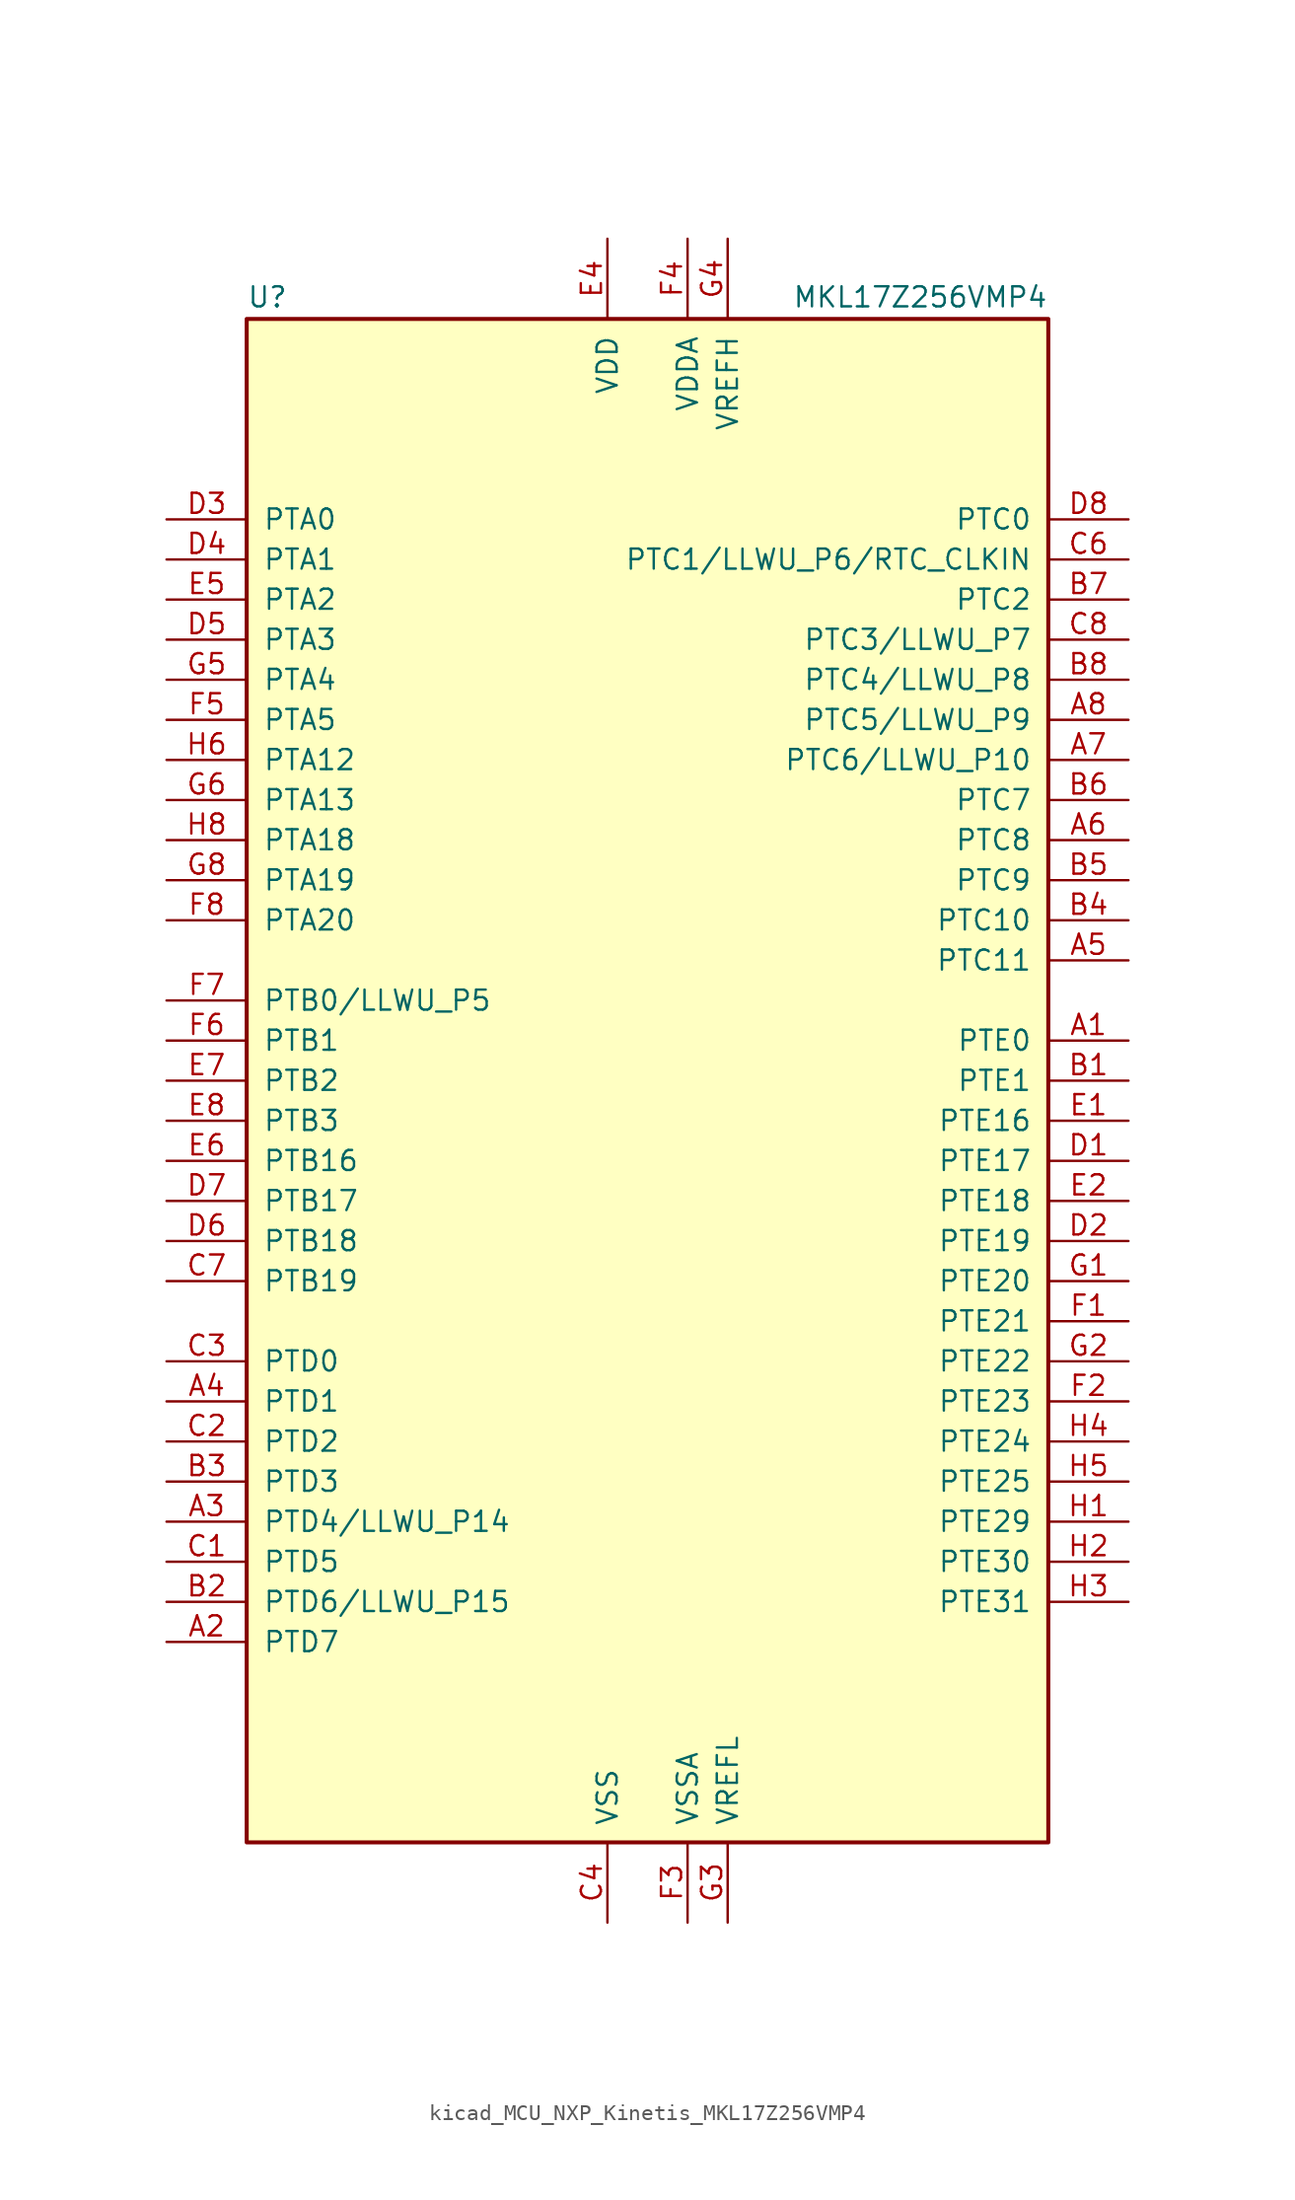
<source format=kicad_sym>
(kicad_symbol_lib
  (version 20220914)
  (generator kicad_symbol_editor)
  (symbol "kicad_MCU_NXP_Kinetis_MKL17Z256VMP4"
    (pin_names
      (offset 1.016))
    (property "Reference" "U"
      (at -25.4 48.895 0)
      (effects (font (size 1.27 1.27)) (justify left bottom)))
    (property "Value" "MKL17Z256VMP4"
      (at 25.4 48.895 0)
      (effects (font (size 1.27 1.27)) (justify right bottom)))
    (symbol "kicad_MCU_NXP_Kinetis_MKL17Z256VMP4_0_1"
      (rectangle (start -25.4 48.26) (end 25.4 -48.26) (stroke (width 0.254) (type default)) (fill (type background))))
    (symbol "kicad_MCU_NXP_Kinetis_MKL17Z256VMP4_1_1"
      (pin bidirectional line (at 30.48 2.54 180) (length 5.08) (name "PTE0" (effects (font (size 1.27 1.27)))) (number "A1" (effects (font (size 1.27 1.27)))))
      (pin bidirectional line (at -30.48 -35.56 0) (length 5.08) (name "PTD7" (effects (font (size 1.27 1.27)))) (number "A2" (effects (font (size 1.27 1.27)))))
      (pin bidirectional line (at -30.48 -27.94 0) (length 5.08) (name "PTD4/LLWU_P14" (effects (font (size 1.27 1.27)))) (number "A3" (effects (font (size 1.27 1.27)))))
      (pin bidirectional line (at -30.48 -20.32 0) (length 5.08) (name "PTD1" (effects (font (size 1.27 1.27)))) (number "A4" (effects (font (size 1.27 1.27)))))
      (pin bidirectional line (at 30.48 7.62 180) (length 5.08) (name "PTC11" (effects (font (size 1.27 1.27)))) (number "A5" (effects (font (size 1.27 1.27)))))
      (pin bidirectional line (at 30.48 15.24 180) (length 5.08) (name "PTC8" (effects (font (size 1.27 1.27)))) (number "A6" (effects (font (size 1.27 1.27)))))
      (pin bidirectional line (at 30.48 20.32 180) (length 5.08) (name "PTC6/LLWU_P10" (effects (font (size 1.27 1.27)))) (number "A7" (effects (font (size 1.27 1.27)))))
      (pin bidirectional line (at 30.48 22.86 180) (length 5.08) (name "PTC5/LLWU_P9" (effects (font (size 1.27 1.27)))) (number "A8" (effects (font (size 1.27 1.27)))))
      (pin bidirectional line (at 30.48 0 180) (length 5.08) (name "PTE1" (effects (font (size 1.27 1.27)))) (number "B1" (effects (font (size 1.27 1.27)))))
      (pin bidirectional line (at -30.48 -33.02 0) (length 5.08) (name "PTD6/LLWU_P15" (effects (font (size 1.27 1.27)))) (number "B2" (effects (font (size 1.27 1.27)))))
      (pin bidirectional line (at -30.48 -25.4 0) (length 5.08) (name "PTD3" (effects (font (size 1.27 1.27)))) (number "B3" (effects (font (size 1.27 1.27)))))
      (pin bidirectional line (at 30.48 10.16 180) (length 5.08) (name "PTC10" (effects (font (size 1.27 1.27)))) (number "B4" (effects (font (size 1.27 1.27)))))
      (pin bidirectional line (at 30.48 12.7 180) (length 5.08) (name "PTC9" (effects (font (size 1.27 1.27)))) (number "B5" (effects (font (size 1.27 1.27)))))
      (pin bidirectional line (at 30.48 17.78 180) (length 5.08) (name "PTC7" (effects (font (size 1.27 1.27)))) (number "B6" (effects (font (size 1.27 1.27)))))
      (pin bidirectional line (at 30.48 30.48 180) (length 5.08) (name "PTC2" (effects (font (size 1.27 1.27)))) (number "B7" (effects (font (size 1.27 1.27)))))
      (pin bidirectional line (at 30.48 25.4 180) (length 5.08) (name "PTC4/LLWU_P8" (effects (font (size 1.27 1.27)))) (number "B8" (effects (font (size 1.27 1.27)))))
      (pin bidirectional line (at -30.48 -30.48 0) (length 5.08) (name "PTD5" (effects (font (size 1.27 1.27)))) (number "C1" (effects (font (size 1.27 1.27)))))
      (pin bidirectional line (at -30.48 -22.86 0) (length 5.08) (name "PTD2" (effects (font (size 1.27 1.27)))) (number "C2" (effects (font (size 1.27 1.27)))))
      (pin bidirectional line (at -30.48 -17.78 0) (length 5.08) (name "PTD0" (effects (font (size 1.27 1.27)))) (number "C3" (effects (font (size 1.27 1.27)))))
      (pin power_in line (at -2.54 -53.34 90) (length 5.08) (name "VSS" (effects (font (size 1.27 1.27)))) (number "C4" (effects (font (size 1.27 1.27)))))
      (pin no_connect line (at -15.24 -48.26 90) (length 5.08) hide (name "NC" (effects (font (size 1.27 1.27)))) (number "C5" (effects (font (size 1.27 1.27)))))
      (pin bidirectional line (at 30.48 33.02 180) (length 5.08) (name "PTC1/LLWU_P6/RTC_CLKIN" (effects (font (size 1.27 1.27)))) (number "C6" (effects (font (size 1.27 1.27)))))
      (pin bidirectional line (at -30.48 -12.7 0) (length 5.08) (name "PTB19" (effects (font (size 1.27 1.27)))) (number "C7" (effects (font (size 1.27 1.27)))))
      (pin bidirectional line (at 30.48 27.94 180) (length 5.08) (name "PTC3/LLWU_P7" (effects (font (size 1.27 1.27)))) (number "C8" (effects (font (size 1.27 1.27)))))
      (pin bidirectional line (at 30.48 -5.08 180) (length 5.08) (name "PTE17" (effects (font (size 1.27 1.27)))) (number "D1" (effects (font (size 1.27 1.27)))))
      (pin bidirectional line (at 30.48 -10.16 180) (length 5.08) (name "PTE19" (effects (font (size 1.27 1.27)))) (number "D2" (effects (font (size 1.27 1.27)))))
      (pin bidirectional line (at -30.48 35.56 0) (length 5.08) (name "PTA0" (effects (font (size 1.27 1.27)))) (number "D3" (effects (font (size 1.27 1.27)))))
      (pin bidirectional line (at -30.48 33.02 0) (length 5.08) (name "PTA1" (effects (font (size 1.27 1.27)))) (number "D4" (effects (font (size 1.27 1.27)))))
      (pin bidirectional line (at -30.48 27.94 0) (length 5.08) (name "PTA3" (effects (font (size 1.27 1.27)))) (number "D5" (effects (font (size 1.27 1.27)))))
      (pin bidirectional line (at -30.48 -10.16 0) (length 5.08) (name "PTB18" (effects (font (size 1.27 1.27)))) (number "D6" (effects (font (size 1.27 1.27)))))
      (pin bidirectional line (at -30.48 -7.62 0) (length 5.08) (name "PTB17" (effects (font (size 1.27 1.27)))) (number "D7" (effects (font (size 1.27 1.27)))))
      (pin bidirectional line (at 30.48 35.56 180) (length 5.08) (name "PTC0" (effects (font (size 1.27 1.27)))) (number "D8" (effects (font (size 1.27 1.27)))))
      (pin bidirectional line (at 30.48 -2.54 180) (length 5.08) (name "PTE16" (effects (font (size 1.27 1.27)))) (number "E1" (effects (font (size 1.27 1.27)))))
      (pin bidirectional line (at 30.48 -7.62 180) (length 5.08) (name "PTE18" (effects (font (size 1.27 1.27)))) (number "E2" (effects (font (size 1.27 1.27)))))
      (pin passive line (at -2.54 -53.34 90) (length 5.08) hide (name "VSS" (effects (font (size 1.27 1.27)))) (number "E3" (effects (font (size 1.27 1.27)))))
      (pin power_in line (at -2.54 53.34 270) (length 5.08) (name "VDD" (effects (font (size 1.27 1.27)))) (number "E4" (effects (font (size 1.27 1.27)))))
      (pin bidirectional line (at -30.48 30.48 0) (length 5.08) (name "PTA2" (effects (font (size 1.27 1.27)))) (number "E5" (effects (font (size 1.27 1.27)))))
      (pin bidirectional line (at -30.48 -5.08 0) (length 5.08) (name "PTB16" (effects (font (size 1.27 1.27)))) (number "E6" (effects (font (size 1.27 1.27)))))
      (pin bidirectional line (at -30.48 0 0) (length 5.08) (name "PTB2" (effects (font (size 1.27 1.27)))) (number "E7" (effects (font (size 1.27 1.27)))))
      (pin bidirectional line (at -30.48 -2.54 0) (length 5.08) (name "PTB3" (effects (font (size 1.27 1.27)))) (number "E8" (effects (font (size 1.27 1.27)))))
      (pin bidirectional line (at 30.48 -15.24 180) (length 5.08) (name "PTE21" (effects (font (size 1.27 1.27)))) (number "F1" (effects (font (size 1.27 1.27)))))
      (pin bidirectional line (at 30.48 -20.32 180) (length 5.08) (name "PTE23" (effects (font (size 1.27 1.27)))) (number "F2" (effects (font (size 1.27 1.27)))))
      (pin power_in line (at 2.54 -53.34 90) (length 5.08) (name "VSSA" (effects (font (size 1.27 1.27)))) (number "F3" (effects (font (size 1.27 1.27)))))
      (pin power_in line (at 2.54 53.34 270) (length 5.08) (name "VDDA" (effects (font (size 1.27 1.27)))) (number "F4" (effects (font (size 1.27 1.27)))))
      (pin bidirectional line (at -30.48 22.86 0) (length 5.08) (name "PTA5" (effects (font (size 1.27 1.27)))) (number "F5" (effects (font (size 1.27 1.27)))))
      (pin bidirectional line (at -30.48 2.54 0) (length 5.08) (name "PTB1" (effects (font (size 1.27 1.27)))) (number "F6" (effects (font (size 1.27 1.27)))))
      (pin bidirectional line (at -30.48 5.08 0) (length 5.08) (name "PTB0/LLWU_P5" (effects (font (size 1.27 1.27)))) (number "F7" (effects (font (size 1.27 1.27)))))
      (pin bidirectional line (at -30.48 10.16 0) (length 5.08) (name "PTA20" (effects (font (size 1.27 1.27)))) (number "F8" (effects (font (size 1.27 1.27)))))
      (pin bidirectional line (at 30.48 -12.7 180) (length 5.08) (name "PTE20" (effects (font (size 1.27 1.27)))) (number "G1" (effects (font (size 1.27 1.27)))))
      (pin bidirectional line (at 30.48 -17.78 180) (length 5.08) (name "PTE22" (effects (font (size 1.27 1.27)))) (number "G2" (effects (font (size 1.27 1.27)))))
      (pin power_in line (at 5.08 -53.34 90) (length 5.08) (name "VREFL" (effects (font (size 1.27 1.27)))) (number "G3" (effects (font (size 1.27 1.27)))))
      (pin power_in line (at 5.08 53.34 270) (length 5.08) (name "VREFH" (effects (font (size 1.27 1.27)))) (number "G4" (effects (font (size 1.27 1.27)))))
      (pin bidirectional line (at -30.48 25.4 0) (length 5.08) (name "PTA4" (effects (font (size 1.27 1.27)))) (number "G5" (effects (font (size 1.27 1.27)))))
      (pin bidirectional line (at -30.48 17.78 0) (length 5.08) (name "PTA13" (effects (font (size 1.27 1.27)))) (number "G6" (effects (font (size 1.27 1.27)))))
      (pin passive line (at -2.54 53.34 270) (length 5.08) hide (name "VDD" (effects (font (size 1.27 1.27)))) (number "G7" (effects (font (size 1.27 1.27)))))
      (pin bidirectional line (at -30.48 12.7 0) (length 5.08) (name "PTA19" (effects (font (size 1.27 1.27)))) (number "G8" (effects (font (size 1.27 1.27)))))
      (pin bidirectional line (at 30.48 -27.94 180) (length 5.08) (name "PTE29" (effects (font (size 1.27 1.27)))) (number "H1" (effects (font (size 1.27 1.27)))))
      (pin bidirectional line (at 30.48 -30.48 180) (length 5.08) (name "PTE30" (effects (font (size 1.27 1.27)))) (number "H2" (effects (font (size 1.27 1.27)))))
      (pin bidirectional line (at 30.48 -33.02 180) (length 5.08) (name "PTE31" (effects (font (size 1.27 1.27)))) (number "H3" (effects (font (size 1.27 1.27)))))
      (pin bidirectional line (at 30.48 -22.86 180) (length 5.08) (name "PTE24" (effects (font (size 1.27 1.27)))) (number "H4" (effects (font (size 1.27 1.27)))))
      (pin bidirectional line (at 30.48 -25.4 180) (length 5.08) (name "PTE25" (effects (font (size 1.27 1.27)))) (number "H5" (effects (font (size 1.27 1.27)))))
      (pin bidirectional line (at -30.48 20.32 0) (length 5.08) (name "PTA12" (effects (font (size 1.27 1.27)))) (number "H6" (effects (font (size 1.27 1.27)))))
      (pin passive line (at -2.54 -53.34 90) (length 5.08) hide (name "VSS" (effects (font (size 1.27 1.27)))) (number "H7" (effects (font (size 1.27 1.27)))))
      (pin bidirectional line (at -30.48 15.24 0) (length 5.08) (name "PTA18" (effects (font (size 1.27 1.27)))) (number "H8" (effects (font (size 1.27 1.27))))))))
</source>
